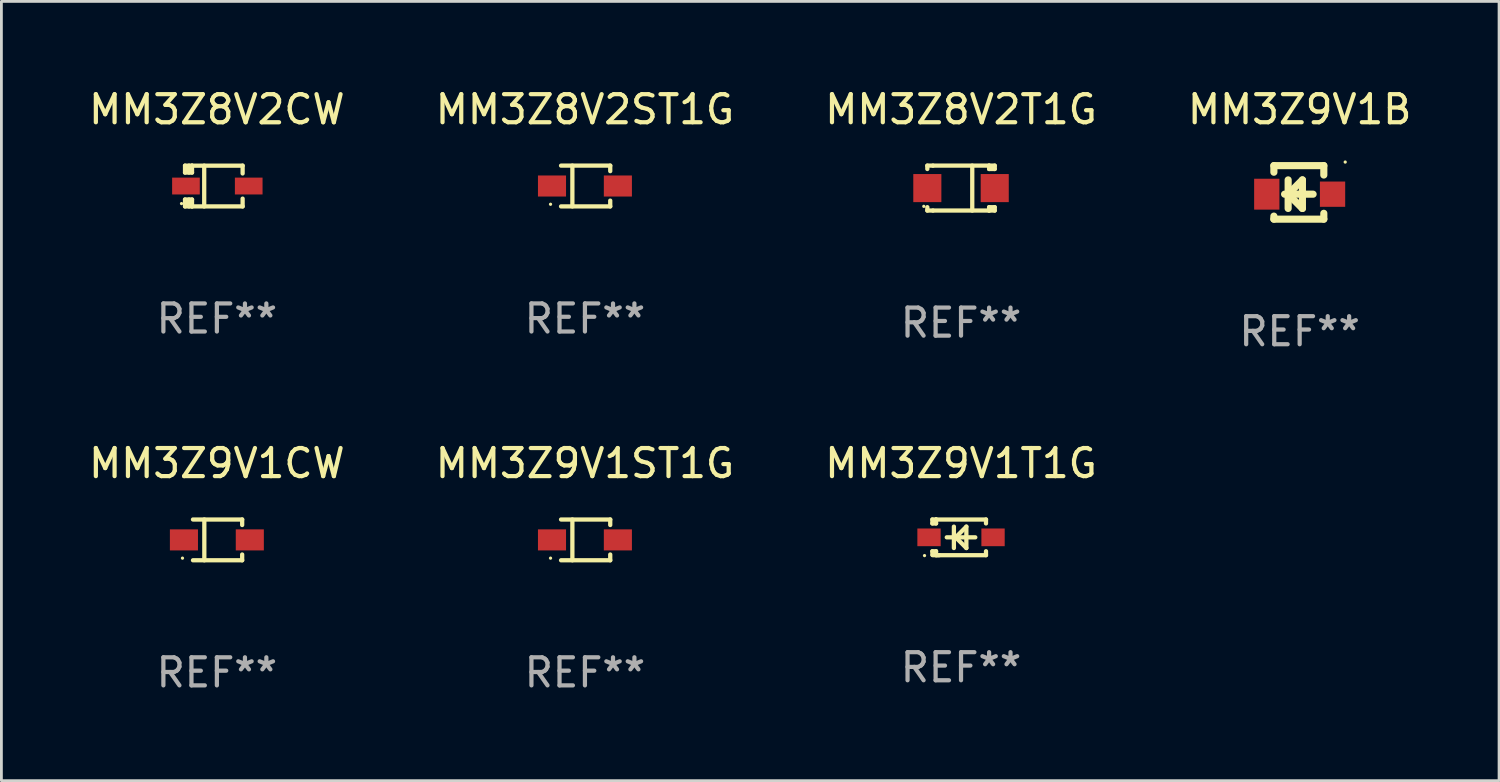
<source format=kicad_pcb>
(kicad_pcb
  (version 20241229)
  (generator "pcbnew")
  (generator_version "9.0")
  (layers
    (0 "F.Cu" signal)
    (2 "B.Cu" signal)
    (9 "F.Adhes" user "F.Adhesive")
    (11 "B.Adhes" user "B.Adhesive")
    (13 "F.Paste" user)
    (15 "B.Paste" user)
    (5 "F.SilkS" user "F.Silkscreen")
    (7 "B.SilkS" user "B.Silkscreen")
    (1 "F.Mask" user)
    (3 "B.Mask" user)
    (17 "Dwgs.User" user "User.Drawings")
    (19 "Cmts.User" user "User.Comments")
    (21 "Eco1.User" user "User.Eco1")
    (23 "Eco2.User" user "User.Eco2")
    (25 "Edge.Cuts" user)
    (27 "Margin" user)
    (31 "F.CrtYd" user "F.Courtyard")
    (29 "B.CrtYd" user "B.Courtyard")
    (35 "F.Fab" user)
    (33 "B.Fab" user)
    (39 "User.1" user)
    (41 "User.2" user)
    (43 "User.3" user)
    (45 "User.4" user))
  (footprint "MM3Z9V1T1G"
    (layer "F.Cu")
    (at 31.173 16.085)
    (property "Reference" "MM3Z9V1T1G" (at 0 -2.635 0) (layer "F.SilkS") (effects (font (size 1 1) (thickness 0.15))))
    (attr through_hole)
    (fp_line (start -1.02 -0.635) (end -1.02 -0.495) (stroke (width 0.152) (type solid)) (layer "F.SilkS"))
    (fp_line (start -1.02 -0.495) (end -0.889 -0.495) (stroke (width 0.152) (type solid)) (layer "F.SilkS"))
    (fp_line (start -1.02 0.495) (end -1.02 0.62) (stroke (width 0.152) (type solid)) (layer "F.SilkS"))
    (fp_line (start -1.02 0.495) (end -0.889 0.495) (stroke (width 0.152) (type solid)) (layer "F.SilkS"))
    (fp_line (start -0.889 -0.635) (end -1.02 -0.635) (stroke (width 0.152) (type solid)) (layer "F.SilkS"))
    (fp_line (start -0.889 -0.635) (end -0.889 -0.595) (stroke (width 0.152) (type solid)) (layer "F.SilkS"))
    (fp_line (start -0.889 -0.635) (end 0.889 -0.635) (stroke (width 0.152) (type solid)) (layer "F.SilkS"))
    (fp_line (start -0.889 -0.495) (end -0.889 -0.635) (stroke (width 0.152) (type solid)) (layer "F.SilkS"))
    (fp_line (start -0.889 0.595) (end -0.889 0.495) (stroke (width 0.152) (type solid)) (layer "F.SilkS"))
    (fp_line (start -0.889 0.595) (end -0.889 0.635) (stroke (width 0.152) (type solid)) (layer "F.SilkS"))
    (fp_line (start -0.889 0.635) (end 0.889 0.635) (stroke (width 0.152) (type solid)) (layer "F.SilkS"))
    (fp_line (start -0.776 0.635) (end -1.014 0.635) (stroke (width 0.152) (type solid)) (layer "F.SilkS"))
    (fp_line (start -0.254 -0.381) (end -0.254 0.381) (stroke (width 0.152) (type solid)) (layer "F.SilkS"))
    (fp_line (start -0.191 0) (end 0.19 -0.381) (stroke (width 0.152) (type solid)) (layer "F.SilkS"))
    (fp_line (start 0.19 -0.381) (end 0.19 0.381) (stroke (width 0.152) (type solid)) (layer "F.SilkS"))
    (fp_line (start 0.19 0.381) (end -0.191 0) (stroke (width 0.152) (type solid)) (layer "F.SilkS"))
    (fp_line (start 0.508 0) (end -0.508 0) (stroke (width 0.152) (type solid)) (layer "F.SilkS"))
    (fp_line (start 0.889 -0.635) (end 0.889 -0.495) (stroke (width 0.152) (type solid)) (layer "F.SilkS"))
    (fp_line (start 0.889 0.495) (end 0.889 0.635) (stroke (width 0.152) (type solid)) (layer "F.SilkS"))
    (fp_circle (center -1.3 0.65) (end -1.27 0.65) (stroke (width 0.06) (type solid)) (fill no) (layer "F.SilkS"))
    (fp_text user "REF**" (at 0 4.635 0) (layer "F.Fab") (effects (font (size 1 1) (thickness 0.15))))
    (pad "1" smd rect (at -1.14 0 90) (size 0.63 0.83) (layers "F.Cu" "F.Mask" "F.Paste"))
    (pad "2" smd rect (at 1.14 0 90) (size 0.63 0.83) (layers "F.Cu" "F.Mask" "F.Paste")))
  (footprint "MM3Z9V1ST1G"
    (layer "F.Cu")
    (at 17.78 16.176)
    (property "Reference" "MM3Z9V1ST1G" (at 0 -2.726 0) (layer "F.SilkS") (effects (font (size 1 1) (thickness 0.15))))
    (attr through_hole)
    (fp_line (start -0.851 -0.726) (end 0.901 -0.726) (stroke (width 0.152) (type solid)) (layer "F.SilkS"))
    (fp_line (start -0.851 0.726) (end 0.901 0.726) (stroke (width 0.152) (type solid)) (layer "F.SilkS"))
    (fp_line (start -0.447 -0.726) (end -0.447 0.726) (stroke (width 0.152) (type solid)) (layer "F.SilkS"))
    (fp_line (start 0.901 -0.726) (end 0.901 -0.53) (stroke (width 0.152) (type solid)) (layer "F.SilkS"))
    (fp_line (start 0.901 0.726) (end 0.901 0.52) (stroke (width 0.152) (type solid)) (layer "F.SilkS"))
    (fp_circle (center -1.225 0.65) (end -1.195 0.65) (stroke (width 0.06) (type solid)) (fill no) (layer "F.SilkS"))
    (fp_text user "REF**" (at 0 4.726 0) (layer "F.Fab") (effects (font (size 1 1) (thickness 0.15))))
    (pad "1" smd rect (at -1.173 0) (size 1 0.75) (layers "F.Cu" "F.Mask" "F.Paste"))
    (pad "2" smd rect (at 1.173 0) (size 1 0.75) (layers "F.Cu" "F.Mask" "F.Paste")))
  (footprint "MM3Z8V2T1G"
    (layer "F.Cu")
    (at 31.173 3.648)
    (property "Reference" "MM3Z8V2T1G" (at 0 -2.8 0) (layer "F.SilkS") (effects (font (size 1 1) (thickness 0.15))))
    (attr through_hole)
    (fp_line (start -1.2 -0.8) (end -1.2 -0.68) (stroke (width 0.152) (type solid)) (layer "F.SilkS"))
    (fp_line (start -1.2 0.68) (end -1.2 0.8) (stroke (width 0.152) (type solid)) (layer "F.SilkS"))
    (fp_line (start -1.2 0.8) (end -1 0.8) (stroke (width 0.152) (type solid)) (layer "F.SilkS"))
    (fp_line (start -1 -0.8) (end -1.2 -0.8) (stroke (width 0.152) (type solid)) (layer "F.SilkS"))
    (fp_line (start -1 -0.8) (end 1 -0.8) (stroke (width 0.152) (type solid)) (layer "F.SilkS"))
    (fp_line (start -1 0.8) (end 1 0.8) (stroke (width 0.152) (type solid)) (layer "F.SilkS"))
    (fp_line (start 0.4 -0.8) (end 0.4 0.8) (stroke (width 0.152) (type solid)) (layer "F.SilkS"))
    (fp_line (start 1 -0.8) (end 1 -0.68) (stroke (width 0.152) (type solid)) (layer "F.SilkS"))
    (fp_line (start 1 -0.8) (end 1.2 -0.8) (stroke (width 0.152) (type solid)) (layer "F.SilkS"))
    (fp_line (start 1 0.68) (end 1 0.8) (stroke (width 0.152) (type solid)) (layer "F.SilkS"))
    (fp_line (start 1 0.68) (end 1.2 0.68) (stroke (width 0.152) (type solid)) (layer "F.SilkS"))
    (fp_line (start 1.2 -0.8) (end 1.2 -0.68) (stroke (width 0.152) (type solid)) (layer "F.SilkS"))
    (fp_line (start 1.2 -0.68) (end 1 -0.68) (stroke (width 0.152) (type solid)) (layer "F.SilkS"))
    (fp_line (start 1.2 0.68) (end 1.2 0.8) (stroke (width 0.152) (type solid)) (layer "F.SilkS"))
    (fp_line (start 1.2 0.8) (end 1 0.8) (stroke (width 0.152) (type solid)) (layer "F.SilkS"))
    (fp_circle (center -1.325 0.65) (end -1.295 0.65) (stroke (width 0.06) (type solid)) (fill no) (layer "F.SilkS"))
    (fp_text user "REF**" (at 0 4.8 0) (layer "F.Fab") (effects (font (size 1 1) (thickness 0.15))))
    (pad "1" smd rect (at -1.2 0 180) (size 1 1) (layers "F.Cu" "F.Mask" "F.Paste"))
    (pad "2" smd rect (at 1.2 0 180) (size 1 1) (layers "F.Cu" "F.Mask" "F.Paste")))
  (footprint "MM3Z9V1B"
    (layer "F.Cu")
    (at 43.232 3.801)
    (property "Reference" "MM3Z9V1B" (at 0 -2.953 0) (layer "F.SilkS") (effects (font (size 1 1) (thickness 0.15))))
    (attr through_hole)
    (fp_line (start -0.918 -0.953) (end -0.918 -0.718) (stroke (width 0.254) (type solid)) (layer "F.SilkS"))
    (fp_line (start -0.918 0.845) (end -0.918 0.953) (stroke (width 0.254) (type solid)) (layer "F.SilkS"))
    (fp_line (start -0.918 0.953) (end 0.86 0.953) (stroke (width 0.254) (type solid)) (layer "F.SilkS"))
    (fp_line (start -0.537 0.064) (end 0.479 0.064) (stroke (width 0.254) (type solid)) (layer "F.SilkS"))
    (fp_line (start -0.41 -0.445) (end -0.41 0.572) (stroke (width 0.254) (type solid)) (layer "F.SilkS"))
    (fp_line (start -0.41 0.064) (end 0.098 -0.445) (stroke (width 0.254) (type solid)) (layer "F.SilkS"))
    (fp_line (start 0.098 -0.445) (end 0.098 0.572) (stroke (width 0.254) (type solid)) (layer "F.SilkS"))
    (fp_line (start 0.098 0.572) (end -0.41 0.064) (stroke (width 0.254) (type solid)) (layer "F.SilkS"))
    (fp_line (start 0.86 -0.953) (end -0.918 -0.953) (stroke (width 0.254) (type solid)) (layer "F.SilkS"))
    (fp_line (start 0.86 -0.618) (end 0.86 -0.953) (stroke (width 0.254) (type solid)) (layer "F.SilkS"))
    (fp_line (start 0.86 0.953) (end 0.86 0.745) (stroke (width 0.254) (type solid)) (layer "F.SilkS"))
    (fp_circle (center 1.622 -1.08) (end 1.652 -1.08) (stroke (width 0.06) (type solid)) (fill no) (layer "F.SilkS"))
    (fp_text user "REF**" (at 0 4.953 0) (layer "F.Fab") (effects (font (size 1 1) (thickness 0.15))))
    (pad "1" smd rect (at 1.171 0.064 270) (size 0.9 0.9) (layers "F.Cu" "F.Mask" "F.Paste"))
    (pad "2" smd rect (at -1.171 0.064 270) (size 1.1 0.9) (layers "F.Cu" "F.Mask" "F.Paste")))
  (footprint "MM3Z8V2CW"
    (layer "F.Cu")
    (at 4.673 3.575)
    (property "Reference" "MM3Z8V2CW" (at 0 -2.726 0) (layer "F.SilkS") (effects (font (size 1 1) (thickness 0.15))))
    (attr through_hole)
    (fp_line (start -1.134 0.48) (end -1.134 0.726) (stroke (width 0.152) (type solid)) (layer "F.SilkS"))
    (fp_line (start -1.134 0.726) (end -0.885 0.726) (stroke (width 0.152) (type solid)) (layer "F.SilkS"))
    (fp_line (start -1.134 -0.726) (end -1.134 -0.48) (stroke (width 0.152) (type solid)) (layer "F.SilkS"))
    (fp_line (start -0.992 -0.726) (end -0.992 -0.48) (stroke (width 0.152) (type solid)) (layer "F.SilkS"))
    (fp_line (start -0.992 0.48) (end -0.992 0.726) (stroke (width 0.152) (type solid)) (layer "F.SilkS"))
    (fp_line (start -0.885 -0.726) (end -1.134 -0.726) (stroke (width 0.152) (type solid)) (layer "F.SilkS"))
    (fp_line (start -0.885 -0.48) (end -1.134 -0.48) (stroke (width 0.152) (type solid)) (layer "F.SilkS"))
    (fp_line (start -0.885 -0.48) (end -0.885 -0.726) (stroke (width 0.152) (type solid)) (layer "F.SilkS"))
    (fp_line (start -0.885 0.48) (end -1.134 0.48) (stroke (width 0.152) (type solid)) (layer "F.SilkS"))
    (fp_line (start -0.885 0.48) (end -0.885 0.726) (stroke (width 0.152) (type solid)) (layer "F.SilkS"))
    (fp_line (start -0.451 0.726) (end -0.451 -0.726) (stroke (width 0.152) (type solid)) (layer "F.SilkS"))
    (fp_line (start 0.917 -0.726) (end -0.885 -0.726) (stroke (width 0.152) (type solid)) (layer "F.SilkS"))
    (fp_line (start 0.917 -0.726) (end 0.917 -0.448) (stroke (width 0.152) (type solid)) (layer "F.SilkS"))
    (fp_line (start 0.917 0.726) (end -0.885 0.726) (stroke (width 0.152) (type solid)) (layer "F.SilkS"))
    (fp_line (start 0.917 0.726) (end 0.917 0.448) (stroke (width 0.152) (type solid)) (layer "F.SilkS"))
    (fp_circle (center -1.259 0.625) (end -1.229 0.625) (stroke (width 0.06) (type solid)) (fill no) (layer "F.SilkS"))
    (fp_text user "REF**" (at 0 4.726 0) (layer "F.Fab") (effects (font (size 1 1) (thickness 0.15))))
    (pad "1" smd rect (at -1.101 -0.000114) (size 0.985 0.6) (layers "F.Cu" "F.Mask" "F.Paste"))
    (pad "2" smd rect (at 1.134 -0.000114) (size 0.985 0.6) (layers "F.Cu" "F.Mask" "F.Paste")))
  (footprint "MM3Z9V1CW"
    (layer "F.Cu")
    (at 4.673 16.176)
    (property "Reference" "MM3Z9V1CW" (at 0 -2.726 0) (layer "F.SilkS") (effects (font (size 1 1) (thickness 0.15))))
    (attr through_hole)
    (fp_line (start -0.851 -0.726) (end 0.901 -0.726) (stroke (width 0.152) (type solid)) (layer "F.SilkS"))
    (fp_line (start -0.851 0.726) (end 0.901 0.726) (stroke (width 0.152) (type solid)) (layer "F.SilkS"))
    (fp_line (start -0.447 -0.726) (end -0.447 0.726) (stroke (width 0.152) (type solid)) (layer "F.SilkS"))
    (fp_line (start 0.901 -0.726) (end 0.901 -0.53) (stroke (width 0.152) (type solid)) (layer "F.SilkS"))
    (fp_line (start 0.901 0.726) (end 0.901 0.52) (stroke (width 0.152) (type solid)) (layer "F.SilkS"))
    (fp_circle (center -1.225 0.65) (end -1.195 0.65) (stroke (width 0.06) (type solid)) (fill no) (layer "F.SilkS"))
    (fp_text user "REF**" (at 0 4.726 0) (layer "F.Fab") (effects (font (size 1 1) (thickness 0.15))))
    (pad "1" smd rect (at -1.173 0) (size 1 0.75) (layers "F.Cu" "F.Mask" "F.Paste"))
    (pad "2" smd rect (at 1.173 0) (size 1 0.75) (layers "F.Cu" "F.Mask" "F.Paste")))
  (footprint "MM3Z8V2ST1G"
    (layer "F.Cu")
    (at 17.78 3.574)
    (property "Reference" "MM3Z8V2ST1G" (at 0 -2.726 0) (layer "F.SilkS") (effects (font (size 1 1) (thickness 0.15))))
    (attr through_hole)
    (fp_line (start -0.851 -0.726) (end 0.901 -0.726) (stroke (width 0.152) (type solid)) (layer "F.SilkS"))
    (fp_line (start -0.851 0.726) (end 0.901 0.726) (stroke (width 0.152) (type solid)) (layer "F.SilkS"))
    (fp_line (start -0.447 -0.726) (end -0.447 0.726) (stroke (width 0.152) (type solid)) (layer "F.SilkS"))
    (fp_line (start 0.901 -0.726) (end 0.901 -0.53) (stroke (width 0.152) (type solid)) (layer "F.SilkS"))
    (fp_line (start 0.901 0.726) (end 0.901 0.52) (stroke (width 0.152) (type solid)) (layer "F.SilkS"))
    (fp_circle (center -1.225 0.65) (end -1.195 0.65) (stroke (width 0.06) (type solid)) (fill no) (layer "F.SilkS"))
    (fp_text user "REF**" (at 0 4.726 0) (layer "F.Fab") (effects (font (size 1 1) (thickness 0.15))))
    (pad "1" smd rect (at -1.173 0) (size 1 0.75) (layers "F.Cu" "F.Mask" "F.Paste"))
    (pad "2" smd rect (at 1.173 0) (size 1 0.75) (layers "F.Cu" "F.Mask" "F.Paste")))
  (gr_rect
    (start -3 -3)
    (end 50.333 24.75)
    (stroke (width 0.1) (type default))
    (fill no)
    (layer "Edge.Cuts")))
</source>
